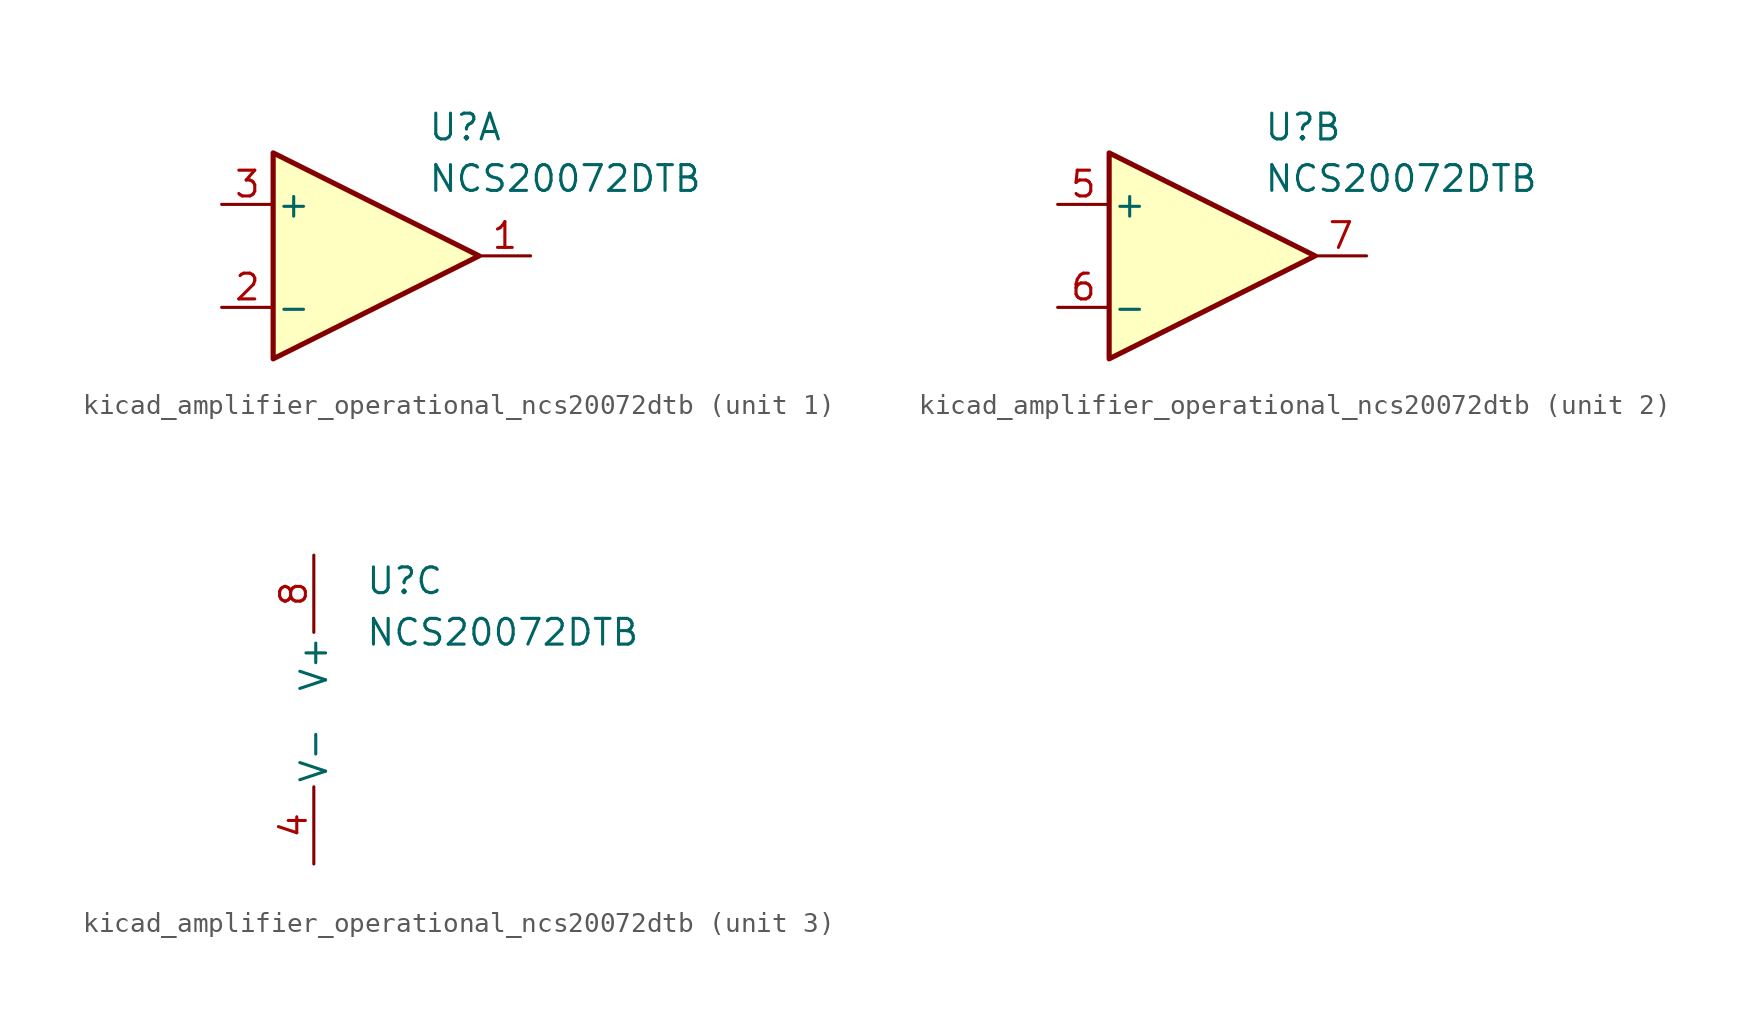
<source format=kicad_sym>
(kicad_symbol_lib
  (version 20220914)
  (generator kicad_symbol_editor)
  (symbol "kicad_amplifier_operational_ncs20072dtb"
    (pin_names
      (offset 0.127))
    (property "Reference" "U"
      (at 2.54 6.35 0)
      (effects (font (size 1.27 1.27)) (justify left)))
    (property "Value" "NCS20072DTB"
      (at 2.54 3.81 0)
      (effects (font (size 1.27 1.27)) (justify left)))
    (property "ki_locked" ""
      (at 0 0 0)
      (effects (font (size 1.27 1.27))))
    (symbol "kicad_amplifier_operational_ncs20072dtb_1_1"
      (polyline (pts (xy 5.08 0) (xy -5.08 5.08) (xy -5.08 -5.08) (xy 5.08 0)) (stroke (width 0.254) (type default)) (fill (type background)))
      (pin output line (at 7.62 0 180) (length 2.54) (name "~" (effects (font (size 1.27 1.27)))) (number "1" (effects (font (size 1.27 1.27)))))
      (pin input line (at -7.62 -2.54 0) (length 2.54) (name "-" (effects (font (size 1.27 1.27)))) (number "2" (effects (font (size 1.27 1.27)))))
      (pin input line (at -7.62 2.54 0) (length 2.54) (name "+" (effects (font (size 1.27 1.27)))) (number "3" (effects (font (size 1.27 1.27))))))
    (symbol "kicad_amplifier_operational_ncs20072dtb_2_1"
      (polyline (pts (xy 5.08 0) (xy -5.08 5.08) (xy -5.08 -5.08) (xy 5.08 0)) (stroke (width 0.254) (type default)) (fill (type background)))
      (pin input line (at -7.62 2.54 0) (length 2.54) (name "+" (effects (font (size 1.27 1.27)))) (number "5" (effects (font (size 1.27 1.27)))))
      (pin input line (at -7.62 -2.54 0) (length 2.54) (name "-" (effects (font (size 1.27 1.27)))) (number "6" (effects (font (size 1.27 1.27)))))
      (pin output line (at 7.62 0 180) (length 2.54) (name "~" (effects (font (size 1.27 1.27)))) (number "7" (effects (font (size 1.27 1.27))))))
    (symbol "kicad_amplifier_operational_ncs20072dtb_3_1"
      (pin power_in line (at 0 -7.62 90) (length 3.81) (name "V-" (effects (font (size 1.27 1.27)))) (number "4" (effects (font (size 1.27 1.27)))))
      (pin power_in line (at 0 7.62 270) (length 3.81) (name "V+" (effects (font (size 1.27 1.27)))) (number "8" (effects (font (size 1.27 1.27))))))))
</source>
